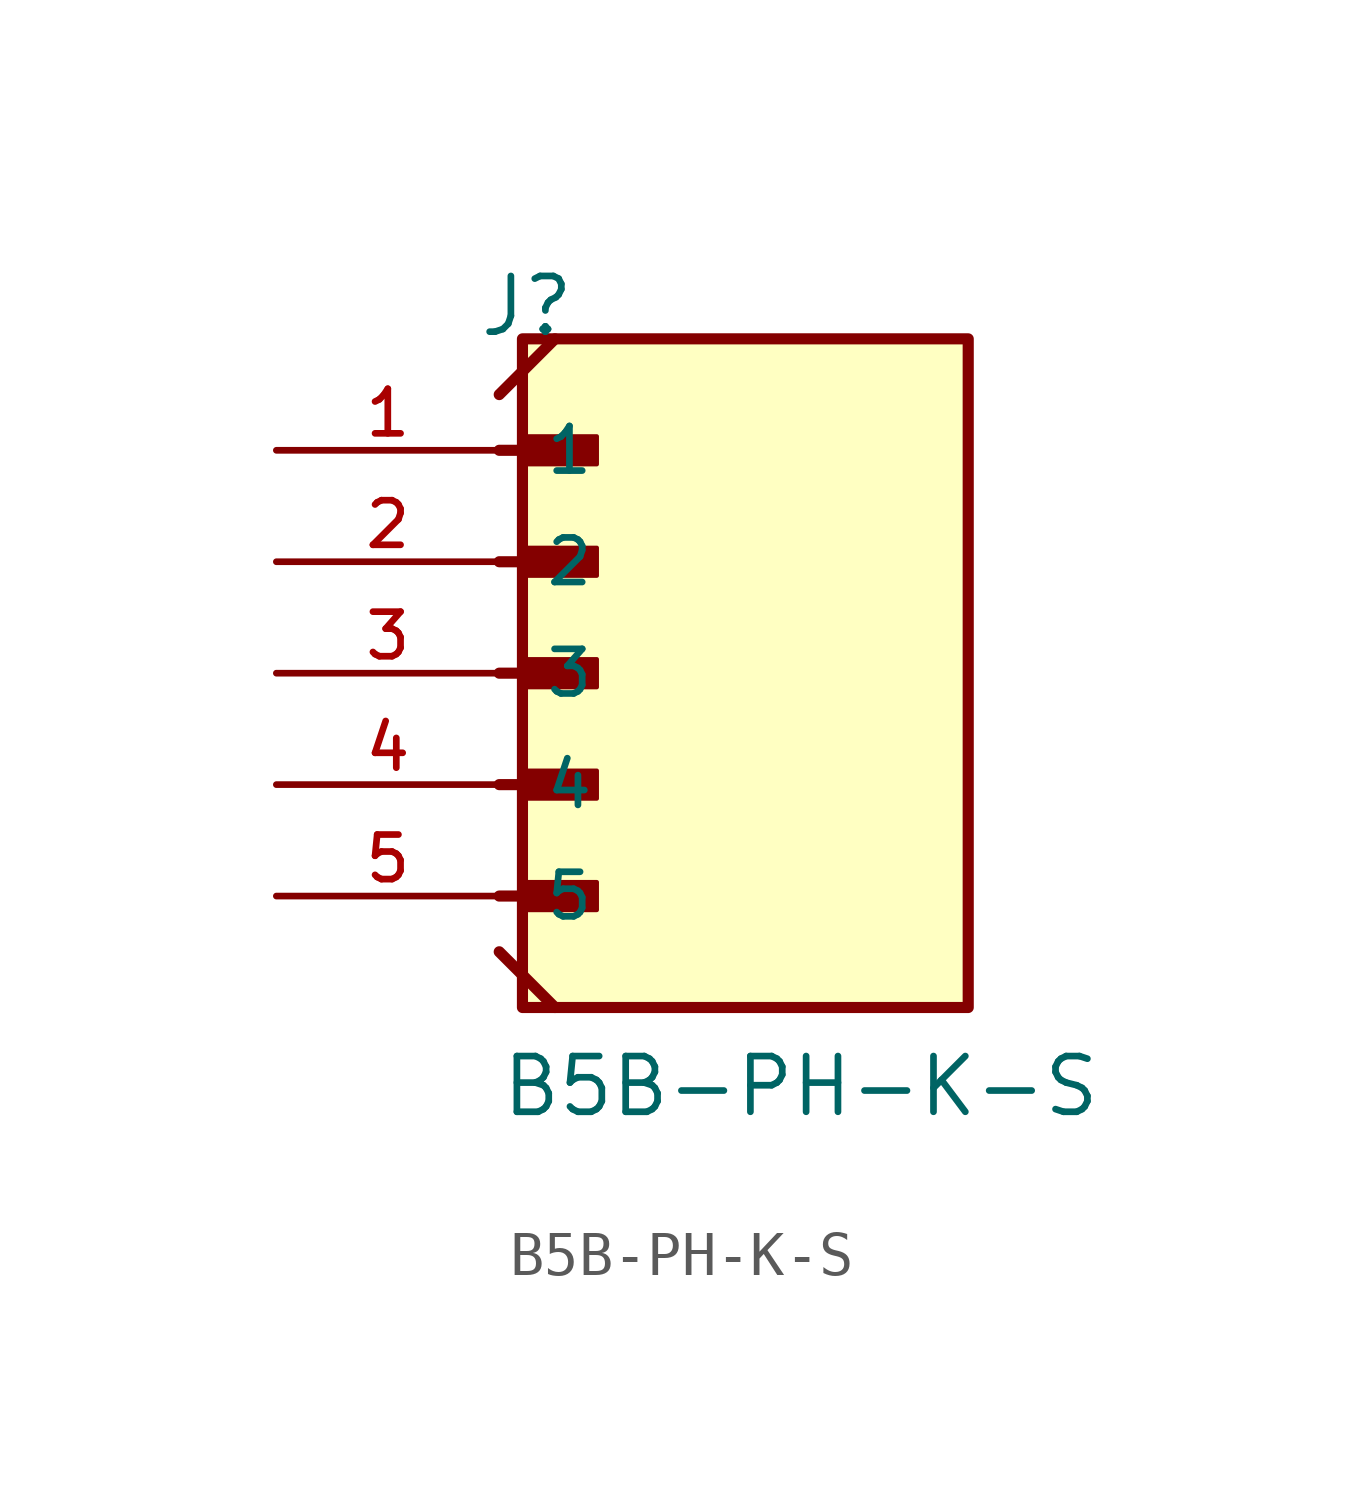
<source format=kicad_sym>
(kicad_symbol_lib
  (version 20211014)
  (generator kicad_symbol_editor)
  (symbol "B5B-PH-K-S"
    (pin_names
      (offset 1.016))
    (property "Reference" "J"
      (at -5.58 7.62 0)
      (effects (font (size 1.27 1.27)) (justify bottom left)))
    (property "Value" "B5B-PH-K-S"
      (at -5.08 -10.16 0)
      (effects (font (size 1.27 1.27)) (justify bottom left)))
    (symbol "B5B-PH-K-S_0_0"
      (polyline (pts (xy -5.08 5.08) (xy -3.175 5.08)) (stroke (width 0.254)))
      (rectangle (start -4.445 4.763) (end -2.857 5.397) (stroke (width 0.1)) (fill (type outline)))
      (polyline (pts (xy -5.08 2.54) (xy -3.175 2.54)) (stroke (width 0.254)))
      (rectangle (start -4.445 2.223) (end -2.857 2.857) (stroke (width 0.1)) (fill (type outline)))
      (polyline (pts (xy -5.08 0.0) (xy -3.175 0.0)) (stroke (width 0.254)))
      (rectangle (start -4.445 -0.318) (end -2.857 0.318) (stroke (width 0.1)) (fill (type outline)))
      (polyline (pts (xy -5.08 -2.54) (xy -3.175 -2.54)) (stroke (width 0.254)))
      (rectangle (start -4.445 -2.857) (end -2.857 -2.223) (stroke (width 0.1)) (fill (type outline)))
      (polyline (pts (xy -5.08 -5.08) (xy -3.175 -5.08)) (stroke (width 0.254)))
      (rectangle (start -4.445 -5.397) (end -2.857 -4.763) (stroke (width 0.1)) (fill (type outline)))
      (polyline (pts (xy -5.08 -6.35) (xy -3.81 -7.62)) (stroke (width 0.254)))
      (polyline (pts (xy -5.08 6.35) (xy -3.81 7.62)) (stroke (width 0.254)))
      (rectangle (start -4.551 -7.62) (end 5.609 7.62) (stroke (width 0.254)) (fill (type background)))
      (pin passive line (at -10.16 5.08 0) (length 5.08) (name "1" (effects (font (size 1.016 1.016)))) (number "1" (effects (font (size 1.016 1.016)))))
      (pin passive line (at -10.16 2.54 0) (length 5.08) (name "2" (effects (font (size 1.016 1.016)))) (number "2" (effects (font (size 1.016 1.016)))))
      (pin passive line (at -10.16 0.0 0) (length 5.08) (name "3" (effects (font (size 1.016 1.016)))) (number "3" (effects (font (size 1.016 1.016)))))
      (pin passive line (at -10.16 -2.54 0) (length 5.08) (name "4" (effects (font (size 1.016 1.016)))) (number "4" (effects (font (size 1.016 1.016)))))
      (pin passive line (at -10.16 -5.08 0) (length 5.08) (name "5" (effects (font (size 1.016 1.016)))) (number "5" (effects (font (size 1.016 1.016))))))))
</source>
